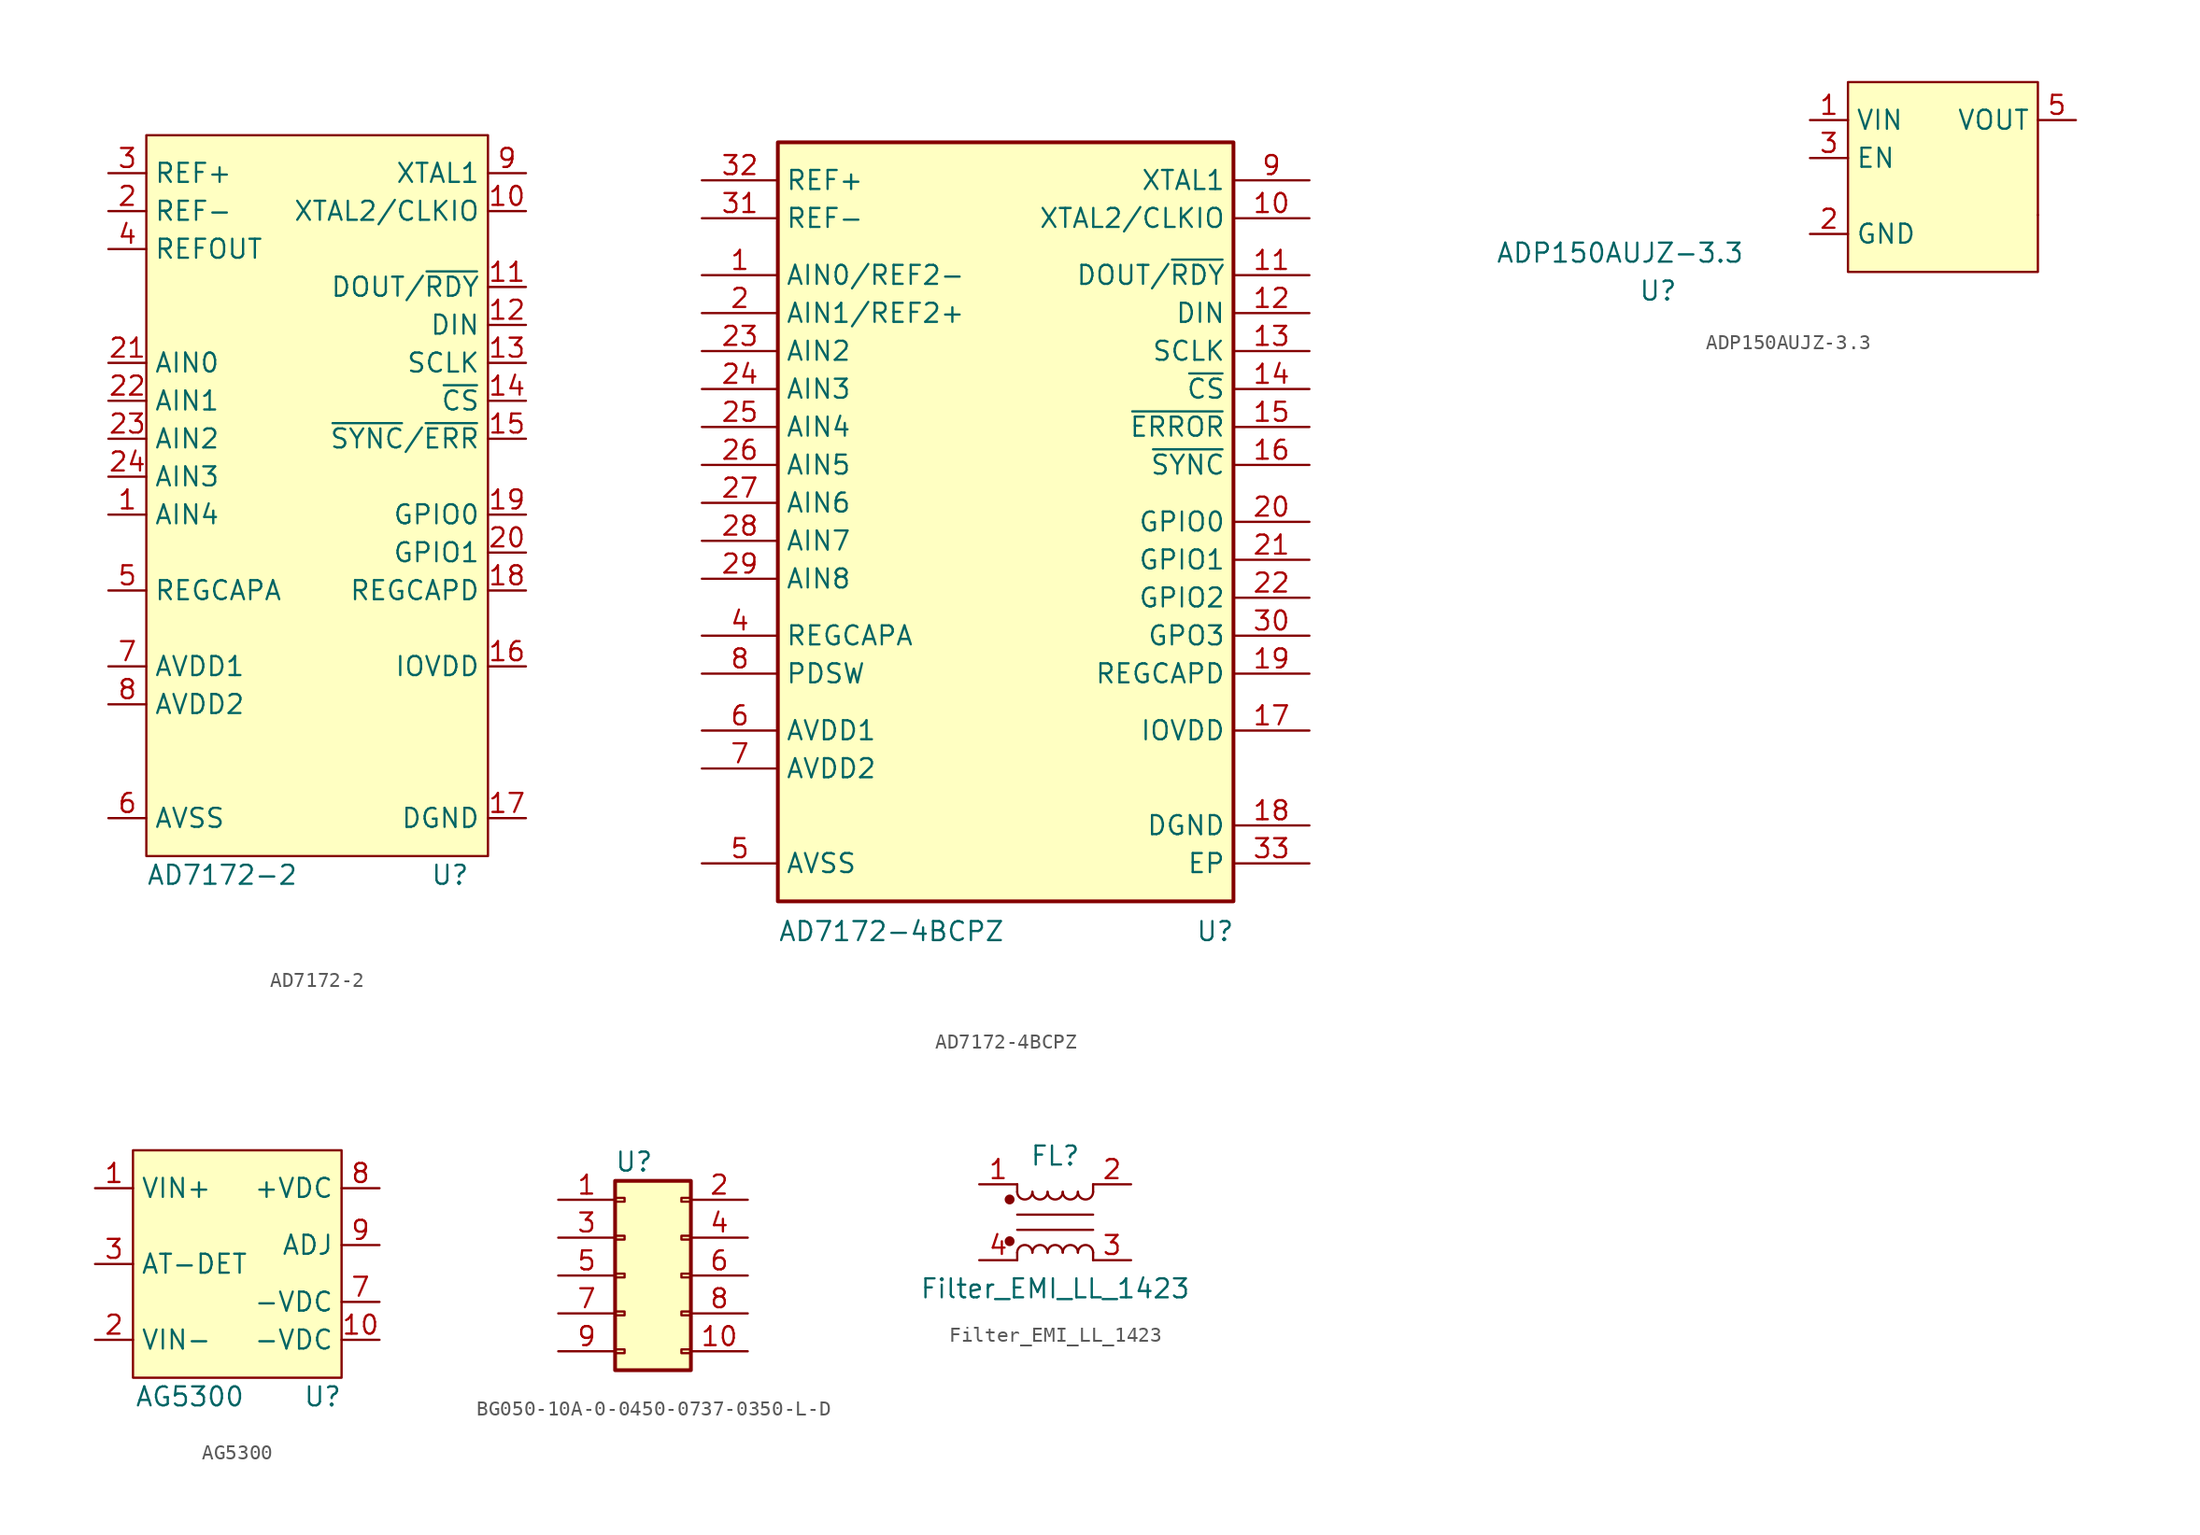
<source format=kicad_sym>
(kicad_symbol_lib
  (version 20220914)
  (generator kicad_symbol_editor)
  (symbol "AD7172-2"
    (property "Reference" "U"
      (at 8.89 -22.86 0)
      (effects (font (size 1.27 1.27))))
    (property "Value" "AD7172-2"
      (at -6.35 -22.86 0)
      (effects (font (size 1.27 1.27))))
    (symbol "AD7172-2_0_0"
      (pin input line (at -13.97 1.27 0) (length 2.54) (name "AIN4" (effects (font (size 1.27 1.27)))) (number "1" (effects (font (size 1.27 1.27)))))
      (pin bidirectional line (at 13.97 21.59 180) (length 2.54) (name "XTAL2/CLKIO" (effects (font (size 1.27 1.27)))) (number "10" (effects (font (size 1.27 1.27)))))
      (pin output line (at 13.97 16.51 180) (length 2.54) (name "DOUT/~{RDY}" (effects (font (size 1.27 1.27)))) (number "11" (effects (font (size 1.27 1.27)))))
      (pin input line (at 13.97 13.97 180) (length 2.54) (name "DIN" (effects (font (size 1.27 1.27)))) (number "12" (effects (font (size 1.27 1.27)))))
      (pin input line (at 13.97 11.43 180) (length 2.54) (name "SCLK" (effects (font (size 1.27 1.27)))) (number "13" (effects (font (size 1.27 1.27)))))
      (pin input line (at 13.97 8.89 180) (length 2.54) (name "~{CS}" (effects (font (size 1.27 1.27)))) (number "14" (effects (font (size 1.27 1.27)))))
      (pin bidirectional line (at 13.97 6.35 180) (length 2.54) (name "~{SYNC}/~{ERR}" (effects (font (size 1.27 1.27)))) (number "15" (effects (font (size 1.27 1.27)))))
      (pin power_in line (at 13.97 -8.89 180) (length 2.54) (name "IOVDD" (effects (font (size 1.27 1.27)))) (number "16" (effects (font (size 1.27 1.27)))))
      (pin power_in line (at 13.97 -19.05 180) (length 2.54) (name "DGND" (effects (font (size 1.27 1.27)))) (number "17" (effects (font (size 1.27 1.27)))))
      (pin passive line (at 13.97 -3.81 180) (length 2.54) (name "REGCAPD" (effects (font (size 1.27 1.27)))) (number "18" (effects (font (size 1.27 1.27)))))
      (pin bidirectional line (at 13.97 1.27 180) (length 2.54) (name "GPIO0" (effects (font (size 1.27 1.27)))) (number "19" (effects (font (size 1.27 1.27)))))
      (pin input line (at -13.97 21.59 0) (length 2.54) (name "REF-" (effects (font (size 1.27 1.27)))) (number "2" (effects (font (size 1.27 1.27)))))
      (pin bidirectional line (at 13.97 -1.27 180) (length 2.54) (name "GPIO1" (effects (font (size 1.27 1.27)))) (number "20" (effects (font (size 1.27 1.27)))))
      (pin input line (at -13.97 11.43 0) (length 2.54) (name "AIN0" (effects (font (size 1.27 1.27)))) (number "21" (effects (font (size 1.27 1.27)))))
      (pin input line (at -13.97 8.89 0) (length 2.54) (name "AIN1" (effects (font (size 1.27 1.27)))) (number "22" (effects (font (size 1.27 1.27)))))
      (pin input line (at -13.97 6.35 0) (length 2.54) (name "AIN2" (effects (font (size 1.27 1.27)))) (number "23" (effects (font (size 1.27 1.27)))))
      (pin input line (at -13.97 3.81 0) (length 2.54) (name "AIN3" (effects (font (size 1.27 1.27)))) (number "24" (effects (font (size 1.27 1.27)))))
      (pin input line (at -13.97 24.13 0) (length 2.54) (name "REF+" (effects (font (size 1.27 1.27)))) (number "3" (effects (font (size 1.27 1.27)))))
      (pin output line (at -13.97 19.05 0) (length 2.54) (name "REFOUT" (effects (font (size 1.27 1.27)))) (number "4" (effects (font (size 1.27 1.27)))))
      (pin passive line (at -13.97 -3.81 0) (length 2.54) (name "REGCAPA" (effects (font (size 1.27 1.27)))) (number "5" (effects (font (size 1.27 1.27)))))
      (pin power_in line (at -13.97 -19.05 0) (length 2.54) (name "AVSS" (effects (font (size 1.27 1.27)))) (number "6" (effects (font (size 1.27 1.27)))))
      (pin power_in line (at -13.97 -8.89 0) (length 2.54) (name "AVDD1" (effects (font (size 1.27 1.27)))) (number "7" (effects (font (size 1.27 1.27)))))
      (pin power_in line (at -13.97 -11.43 0) (length 2.54) (name "AVDD2" (effects (font (size 1.27 1.27)))) (number "8" (effects (font (size 1.27 1.27)))))
      (pin bidirectional line (at 13.97 24.13 180) (length 2.54) (name "XTAL1" (effects (font (size 1.27 1.27)))) (number "9" (effects (font (size 1.27 1.27))))))
    (symbol "AD7172-2_0_1"
      (rectangle (start -11.43 26.67) (end 11.43 -21.59) (stroke (width 0) (type default)) (fill (type background)))))
  (symbol "AD7172-4BCPZ"
    (property "Reference" "U"
      (at 33.02 -49.53 0)
      (effects (font (size 1.27 1.27)) (justify left top)))
    (property "Value" "AD7172-4BCPZ"
      (at 5.08 -49.53 0)
      (effects (font (size 1.27 1.27)) (justify left top)))
    (symbol "AD7172-4BCPZ_1_1"
      (rectangle (start 5.08 2.54) (end 35.56 -48.26) (stroke (width 0.254) (type default)) (fill (type background)))
      (pin input line (at 0 -6.35 0) (length 5.08) (name "AIN0/REF2-" (effects (font (size 1.27 1.27)))) (number "1" (effects (font (size 1.27 1.27)))))
      (pin bidirectional line (at 40.64 -2.54 180) (length 5.08) (name "XTAL2/CLKIO" (effects (font (size 1.27 1.27)))) (number "10" (effects (font (size 1.27 1.27)))))
      (pin output line (at 40.64 -6.35 180) (length 5.08) (name "DOUT/~{RDY}" (effects (font (size 1.27 1.27)))) (number "11" (effects (font (size 1.27 1.27)))))
      (pin input line (at 40.64 -8.89 180) (length 5.08) (name "DIN" (effects (font (size 1.27 1.27)))) (number "12" (effects (font (size 1.27 1.27)))))
      (pin input line (at 40.64 -11.43 180) (length 5.08) (name "SCLK" (effects (font (size 1.27 1.27)))) (number "13" (effects (font (size 1.27 1.27)))))
      (pin input line (at 40.64 -13.97 180) (length 5.08) (name "~{CS}" (effects (font (size 1.27 1.27)))) (number "14" (effects (font (size 1.27 1.27)))))
      (pin bidirectional line (at 40.64 -16.51 180) (length 5.08) (name "~{ERROR}" (effects (font (size 1.27 1.27)))) (number "15" (effects (font (size 1.27 1.27)))))
      (pin input line (at 40.64 -19.05 180) (length 5.08) (name "~{SYNC}" (effects (font (size 1.27 1.27)))) (number "16" (effects (font (size 1.27 1.27)))))
      (pin power_in line (at 40.64 -36.83 180) (length 5.08) (name "IOVDD" (effects (font (size 1.27 1.27)))) (number "17" (effects (font (size 1.27 1.27)))))
      (pin power_in line (at 40.64 -43.18 180) (length 5.08) (name "DGND" (effects (font (size 1.27 1.27)))) (number "18" (effects (font (size 1.27 1.27)))))
      (pin output line (at 40.64 -33.02 180) (length 5.08) (name "REGCAPD" (effects (font (size 1.27 1.27)))) (number "19" (effects (font (size 1.27 1.27)))))
      (pin input line (at 0 -8.89 0) (length 5.08) (name "AIN1/REF2+" (effects (font (size 1.27 1.27)))) (number "2" (effects (font (size 1.27 1.27)))))
      (pin bidirectional line (at 40.64 -22.86 180) (length 5.08) (name "GPIO0" (effects (font (size 1.27 1.27)))) (number "20" (effects (font (size 1.27 1.27)))))
      (pin bidirectional line (at 40.64 -25.4 180) (length 5.08) (name "GPIO1" (effects (font (size 1.27 1.27)))) (number "21" (effects (font (size 1.27 1.27)))))
      (pin bidirectional line (at 40.64 -27.94 180) (length 5.08) (name "GPIO2" (effects (font (size 1.27 1.27)))) (number "22" (effects (font (size 1.27 1.27)))))
      (pin input line (at 0 -11.43 0) (length 5.08) (name "AIN2" (effects (font (size 1.27 1.27)))) (number "23" (effects (font (size 1.27 1.27)))))
      (pin input line (at 0 -13.97 0) (length 5.08) (name "AIN3" (effects (font (size 1.27 1.27)))) (number "24" (effects (font (size 1.27 1.27)))))
      (pin input line (at 0 -16.51 0) (length 5.08) (name "AIN4" (effects (font (size 1.27 1.27)))) (number "25" (effects (font (size 1.27 1.27)))))
      (pin input line (at 0 -19.05 0) (length 5.08) (name "AIN5" (effects (font (size 1.27 1.27)))) (number "26" (effects (font (size 1.27 1.27)))))
      (pin input line (at 0 -21.59 0) (length 5.08) (name "AIN6" (effects (font (size 1.27 1.27)))) (number "27" (effects (font (size 1.27 1.27)))))
      (pin input line (at 0 -24.13 0) (length 5.08) (name "AIN7" (effects (font (size 1.27 1.27)))) (number "28" (effects (font (size 1.27 1.27)))))
      (pin input line (at 0 -26.67 0) (length 5.08) (name "AIN8" (effects (font (size 1.27 1.27)))) (number "29" (effects (font (size 1.27 1.27)))))
      (pin no_connect line (at 40.64 -39.37 180) (length 5.08) hide (name "DNC" (effects (font (size 1.27 1.27)))) (number "3" (effects (font (size 1.27 1.27)))))
      (pin output line (at 40.64 -30.48 180) (length 5.08) (name "GPO3" (effects (font (size 1.27 1.27)))) (number "30" (effects (font (size 1.27 1.27)))))
      (pin input line (at 0 -2.54 0) (length 5.08) (name "REF-" (effects (font (size 1.27 1.27)))) (number "31" (effects (font (size 1.27 1.27)))))
      (pin input line (at 0 0 0) (length 5.08) (name "REF+" (effects (font (size 1.27 1.27)))) (number "32" (effects (font (size 1.27 1.27)))))
      (pin power_in line (at 40.64 -45.72 180) (length 5.08) (name "EP" (effects (font (size 1.27 1.27)))) (number "33" (effects (font (size 1.27 1.27)))))
      (pin output line (at 0 -30.48 0) (length 5.08) (name "REGCAPA" (effects (font (size 1.27 1.27)))) (number "4" (effects (font (size 1.27 1.27)))))
      (pin power_in line (at 0 -45.72 0) (length 5.08) (name "AVSS" (effects (font (size 1.27 1.27)))) (number "5" (effects (font (size 1.27 1.27)))))
      (pin power_in line (at 0 -36.83 0) (length 5.08) (name "AVDD1" (effects (font (size 1.27 1.27)))) (number "6" (effects (font (size 1.27 1.27)))))
      (pin power_in line (at 0 -39.37 0) (length 5.08) (name "AVDD2" (effects (font (size 1.27 1.27)))) (number "7" (effects (font (size 1.27 1.27)))))
      (pin output line (at 0 -33.02 0) (length 5.08) (name "PDSW" (effects (font (size 1.27 1.27)))) (number "8" (effects (font (size 1.27 1.27)))))
      (pin bidirectional line (at 40.64 0 180) (length 5.08) (name "XTAL1" (effects (font (size 1.27 1.27)))) (number "9" (effects (font (size 1.27 1.27)))))))
  (symbol "ADP150AUJZ-3.3"
    (property "Reference" "U"
      (at -5.08 -1.27 0)
      (effects (font (size 1.27 1.27))))
    (property "Value" "ADP150AUJZ-3.3"
      (at -7.62 1.27 0)
      (effects (font (size 1.27 1.27))))
    (symbol "ADP150AUJZ-3.3_0_0"
      (pin power_in line (at 5.08 10.16 0) (length 2.54) (name "VIN" (effects (font (size 1.27 1.27)))) (number "1" (effects (font (size 1.27 1.27)))))
      (pin power_in line (at 5.08 2.54 0) (length 2.54) (name "GND" (effects (font (size 1.27 1.27)))) (number "2" (effects (font (size 1.27 1.27)))))
      (pin input line (at 5.08 7.62 0) (length 2.54) (name "EN" (effects (font (size 1.27 1.27)))) (number "3" (effects (font (size 1.27 1.27)))))
      (pin no_connect line (at 13.97 8.89 90) (length 2.54) hide (name "NC" (effects (font (size 1.27 1.27)))) (number "4" (effects (font (size 1.27 1.27)))))
      (pin power_out line (at 22.86 10.16 180) (length 2.54) (name "VOUT" (effects (font (size 1.27 1.27)))) (number "5" (effects (font (size 1.27 1.27))))))
    (symbol "ADP150AUJZ-3.3_0_1"
      (rectangle (start 7.62 12.7) (end 20.32 0) (stroke (width 0) (type default)) (fill (type background)))
      (rectangle (start 20.32 3.81) (end 20.32 3.81) (stroke (width 0) (type default)) (fill (type none)))))
  (symbol "AG5300"
    (property "Reference" "U"
      (at 6.35 -6.35 0)
      (effects (font (size 1.27 1.27))))
    (property "Value" "AG5300"
      (at -2.54 -6.35 0)
      (effects (font (size 1.27 1.27))))
    (symbol "AG5300_0_0"
      (pin power_in line (at -8.89 7.62 0) (length 2.54) (name "VIN+" (effects (font (size 1.27 1.27)))) (number "1" (effects (font (size 1.27 1.27)))))
      (pin power_out line (at 10.16 -2.54 180) (length 2.54) (name "-VDC" (effects (font (size 1.27 1.27)))) (number "10" (effects (font (size 1.27 1.27)))))
      (pin power_in line (at -8.89 -2.54 0) (length 2.54) (name "VIN-" (effects (font (size 1.27 1.27)))) (number "2" (effects (font (size 1.27 1.27)))))
      (pin output line (at -8.89 2.54 0) (length 2.54) (name "AT-DET" (effects (font (size 1.27 1.27)))) (number "3" (effects (font (size 1.27 1.27)))))
      (pin no_connect line (at -0.635 5.715 90) (length 2.54) hide (name "NC" (effects (font (size 1.27 1.27)))) (number "4" (effects (font (size 1.27 1.27)))))
      (pin no_connect line (at 0.635 5.715 90) (length 2.54) hide (name "NC" (effects (font (size 1.27 1.27)))) (number "5" (effects (font (size 1.27 1.27)))))
      (pin no_connect line (at 1.905 5.715 90) (length 2.54) hide (name "NC" (effects (font (size 1.27 1.27)))) (number "6" (effects (font (size 1.27 1.27)))))
      (pin passive line (at 10.16 0 180) (length 2.54) (name "-VDC" (effects (font (size 1.27 1.27)))) (number "7" (effects (font (size 1.27 1.27)))))
      (pin power_out line (at 10.16 7.62 180) (length 2.54) (name "+VDC" (effects (font (size 1.27 1.27)))) (number "8" (effects (font (size 1.27 1.27)))))
      (pin input line (at 10.16 3.81 180) (length 2.54) (name "ADJ" (effects (font (size 1.27 1.27)))) (number "9" (effects (font (size 1.27 1.27))))))
    (symbol "AG5300_0_1"
      (rectangle (start -6.35 10.16) (end 7.62 -5.08) (stroke (width 0) (type default)) (fill (type background)))))
  (symbol "BG050-10A-0-0450-0737-0350-L-D"
    (property "Reference" "U"
      (at 5.08 2.54 0)
      (effects (font (size 1.27 1.27))))
    (property "Value" ""
      (at 0 0 0)
      (effects (font (size 1.27 1.27))))
    (symbol "BG050-10A-0-0450-0737-0350-L-D_1_1"
      (rectangle (start 3.81 -10.033) (end 4.445 -10.287) (stroke (width 0.152) (type default)) (fill (type none)))
      (rectangle (start 3.81 -7.493) (end 4.445 -7.747) (stroke (width 0.152) (type default)) (fill (type none)))
      (rectangle (start 3.81 -4.953) (end 4.445 -5.207) (stroke (width 0.152) (type default)) (fill (type none)))
      (rectangle (start 3.81 -2.413) (end 4.445 -2.667) (stroke (width 0.152) (type default)) (fill (type none)))
      (rectangle (start 3.81 0.127) (end 4.445 -0.127) (stroke (width 0.152) (type default)) (fill (type none)))
      (rectangle (start 3.81 1.27) (end 8.89 -11.43) (stroke (width 0.254) (type default)) (fill (type background)))
      (rectangle (start 8.255 -10.033) (end 8.89 -10.287) (stroke (width 0.152) (type default)) (fill (type none)))
      (rectangle (start 8.255 -7.493) (end 8.89 -7.747) (stroke (width 0.152) (type default)) (fill (type none)))
      (rectangle (start 8.255 -4.953) (end 8.89 -5.207) (stroke (width 0.152) (type default)) (fill (type none)))
      (rectangle (start 8.255 -2.413) (end 8.89 -2.667) (stroke (width 0.152) (type default)) (fill (type none)))
      (rectangle (start 8.255 0.127) (end 8.89 -0.127) (stroke (width 0.152) (type default)) (fill (type none)))
      (pin passive line (at 0 0 0) (length 3.81) (name "" (effects (font (size 1.27 1.27)))) (number "1" (effects (font (size 1.27 1.27)))))
      (pin passive line (at 12.7 -10.16 180) (length 3.81) (name "" (effects (font (size 1.27 1.27)))) (number "10" (effects (font (size 1.27 1.27)))))
      (pin passive line (at 12.7 0 180) (length 3.81) (name "" (effects (font (size 1.27 1.27)))) (number "2" (effects (font (size 1.27 1.27)))))
      (pin passive line (at 0 -2.54 0) (length 3.81) (name "" (effects (font (size 1.27 1.27)))) (number "3" (effects (font (size 1.27 1.27)))))
      (pin passive line (at 12.7 -2.54 180) (length 3.81) (name "" (effects (font (size 1.27 1.27)))) (number "4" (effects (font (size 1.27 1.27)))))
      (pin passive line (at 0 -5.08 0) (length 3.81) (name "" (effects (font (size 1.27 1.27)))) (number "5" (effects (font (size 1.27 1.27)))))
      (pin passive line (at 12.7 -5.08 180) (length 3.81) (name "" (effects (font (size 1.27 1.27)))) (number "6" (effects (font (size 1.27 1.27)))))
      (pin passive line (at 0 -7.62 0) (length 3.81) (name "" (effects (font (size 1.27 1.27)))) (number "7" (effects (font (size 1.27 1.27)))))
      (pin passive line (at 12.7 -7.62 180) (length 3.81) (name "" (effects (font (size 1.27 1.27)))) (number "8" (effects (font (size 1.27 1.27)))))
      (pin passive line (at 0 -10.16 0) (length 3.81) (name "" (effects (font (size 1.27 1.27)))) (number "9" (effects (font (size 1.27 1.27)))))))
  (symbol "Filter_EMI_LL_1423"
    (pin_names
      (offset 0.254) hide)
    (property "Reference" "FL"
      (at 0 4.445 0)
      (effects (font (size 1.27 1.27))))
    (property "Value" "Filter_EMI_LL_1423"
      (at 0 -4.445 0)
      (effects (font (size 1.27 1.27))))
    (symbol "Filter_EMI_LL_1423_0_1"
      (circle (center -3.048 -1.27) (radius 0.254) (stroke (width 0) (type default)) (fill (type outline)))
      (circle (center -3.048 1.524) (radius 0.254) (stroke (width 0) (type default)) (fill (type outline)))
      (arc (start -2.54 2.032) (mid -2.032 1.5262) (end -1.524 2.032) (stroke (width 0) (type default)) (fill (type none)))
      (arc (start -1.524 -2.032) (mid -2.032 -1.5262) (end -2.54 -2.032) (stroke (width 0) (type default)) (fill (type none)))
      (arc (start -1.524 2.032) (mid -1.016 1.5262) (end -0.508 2.032) (stroke (width 0) (type default)) (fill (type none)))
      (arc (start -0.508 -2.032) (mid -1.016 -1.5262) (end -1.524 -2.032) (stroke (width 0) (type default)) (fill (type none)))
      (arc (start -0.508 2.032) (mid 0 1.5262) (end 0.508 2.032) (stroke (width 0) (type default)) (fill (type none)))
      (polyline (pts (xy -2.54 -2.032) (xy -2.54 -2.54)) (stroke (width 0) (type default)) (fill (type none)))
      (polyline (pts (xy -2.54 0.508) (xy 2.54 0.508)) (stroke (width 0) (type default)) (fill (type none)))
      (polyline (pts (xy -2.54 2.032) (xy -2.54 2.54)) (stroke (width 0) (type default)) (fill (type none)))
      (polyline (pts (xy 2.54 -2.032) (xy 2.54 -2.54)) (stroke (width 0) (type default)) (fill (type none)))
      (polyline (pts (xy 2.54 -0.508) (xy -2.54 -0.508)) (stroke (width 0) (type default)) (fill (type none)))
      (polyline (pts (xy 2.54 2.54) (xy 2.54 2.032)) (stroke (width 0) (type default)) (fill (type none)))
      (arc (start 0.508 -2.032) (mid 0 -1.5262) (end -0.508 -2.032) (stroke (width 0) (type default)) (fill (type none)))
      (arc (start 0.508 2.032) (mid 1.016 1.5262) (end 1.524 2.032) (stroke (width 0) (type default)) (fill (type none)))
      (arc (start 1.524 -2.032) (mid 1.016 -1.5262) (end 0.508 -2.032) (stroke (width 0) (type default)) (fill (type none)))
      (arc (start 1.524 2.032) (mid 2.032 1.5262) (end 2.54 2.032) (stroke (width 0) (type default)) (fill (type none)))
      (arc (start 2.54 -2.032) (mid 2.032 -1.5262) (end 1.524 -2.032) (stroke (width 0) (type default)) (fill (type none))))
    (symbol "Filter_EMI_LL_1423_1_1"
      (pin passive line (at -5.08 2.54 0) (length 2.54) (name "1" (effects (font (size 1.27 1.27)))) (number "1" (effects (font (size 1.27 1.27)))))
      (pin passive line (at 5.08 2.54 180) (length 2.54) (name "2" (effects (font (size 1.27 1.27)))) (number "2" (effects (font (size 1.27 1.27)))))
      (pin passive line (at 5.08 -2.54 180) (length 2.54) (name "3" (effects (font (size 1.27 1.27)))) (number "3" (effects (font (size 1.27 1.27)))))
      (pin passive line (at -5.08 -2.54 0) (length 2.54) (name "4" (effects (font (size 1.27 1.27)))) (number "4" (effects (font (size 1.27 1.27))))))))
</source>
